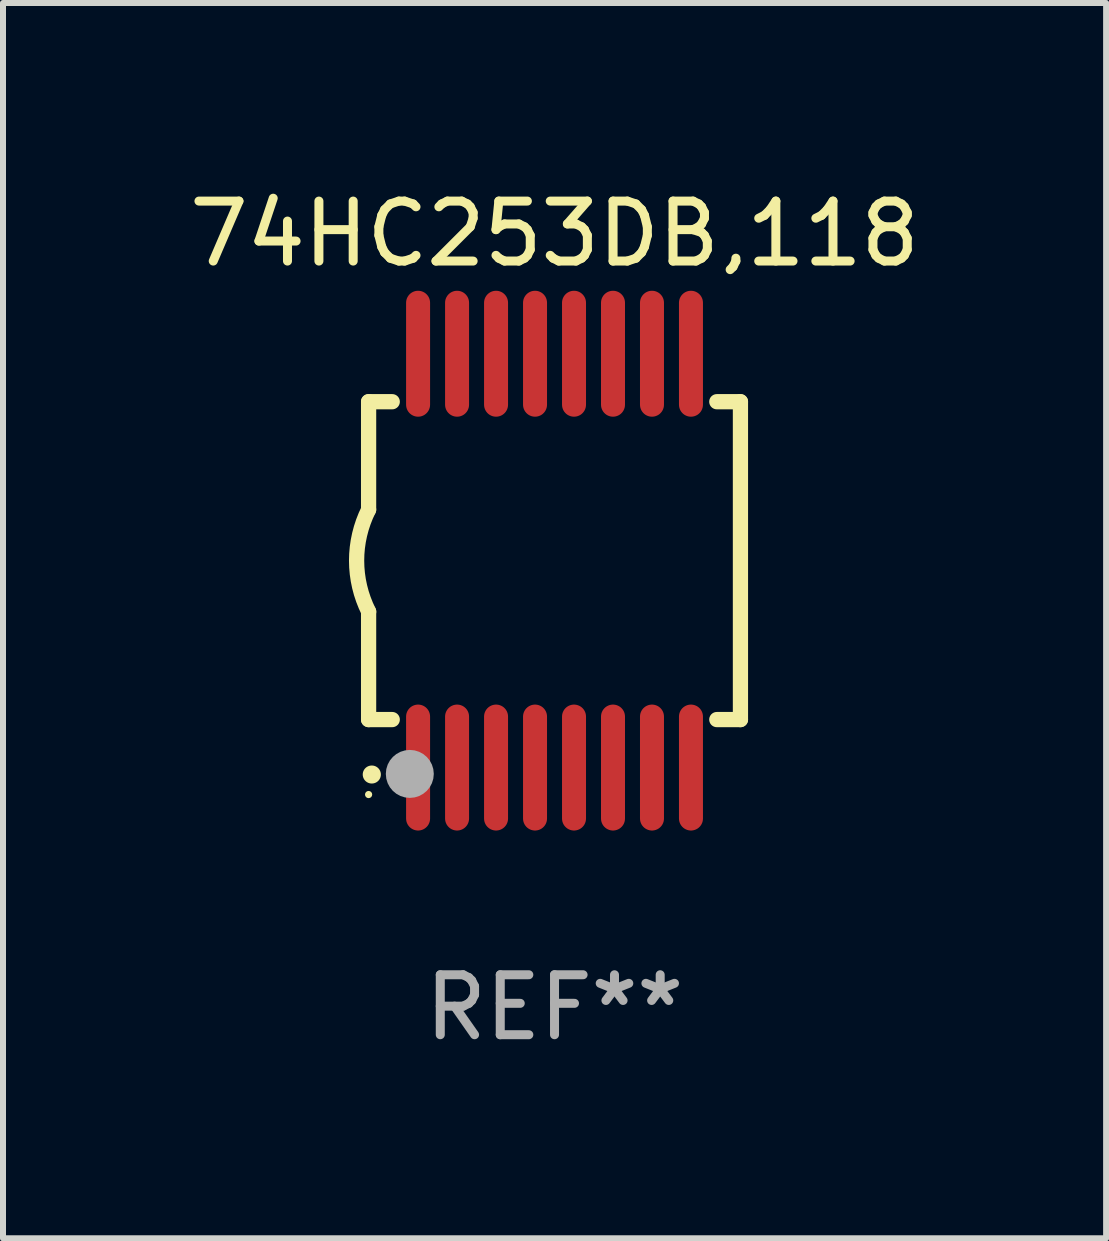
<source format=kicad_pcb>
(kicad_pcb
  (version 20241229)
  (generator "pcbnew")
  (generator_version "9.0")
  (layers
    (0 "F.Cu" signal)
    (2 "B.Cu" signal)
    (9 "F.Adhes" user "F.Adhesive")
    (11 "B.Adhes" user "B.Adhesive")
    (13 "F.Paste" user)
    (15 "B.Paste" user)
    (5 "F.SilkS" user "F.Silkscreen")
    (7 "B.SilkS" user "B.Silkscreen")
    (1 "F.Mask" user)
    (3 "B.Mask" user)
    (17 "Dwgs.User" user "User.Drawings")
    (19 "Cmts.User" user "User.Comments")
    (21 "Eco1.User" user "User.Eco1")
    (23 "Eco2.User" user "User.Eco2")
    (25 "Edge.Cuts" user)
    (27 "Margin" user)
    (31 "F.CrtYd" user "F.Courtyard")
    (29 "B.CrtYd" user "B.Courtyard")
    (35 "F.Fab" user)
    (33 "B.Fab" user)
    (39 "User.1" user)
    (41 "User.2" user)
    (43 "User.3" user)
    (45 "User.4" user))
  (footprint "74HC253DB,118"
    (layer "F.Cu")
    (at 6.196 6.298)
    (property "Reference" "74HC253DB,118" (at 0 -5.45 0) (layer "F.SilkS") (effects (font (size 1 1) (thickness 0.15))))
    (attr through_hole)
    (fp_line (start -3.1 -2.65) (end -3.1 -0.85) (stroke (width 0.254) (type solid)) (layer "F.SilkS"))
    (fp_line (start -3.1 -2.65) (end -2.706 -2.65) (stroke (width 0.254) (type solid)) (layer "F.SilkS"))
    (fp_line (start -3.1 2.65) (end -3.1 0.85) (stroke (width 0.254) (type solid)) (layer "F.SilkS"))
    (fp_line (start -3.1 2.65) (end -2.706 2.65) (stroke (width 0.254) (type solid)) (layer "F.SilkS"))
    (fp_line (start 2.706 -2.65) (end 3.1 -2.65) (stroke (width 0.254) (type solid)) (layer "F.SilkS"))
    (fp_line (start 2.706 2.65) (end 3.1 2.65) (stroke (width 0.254) (type solid)) (layer "F.SilkS"))
    (fp_line (start 3.1 -2.65) (end 3.1 2.65) (stroke (width 0.254) (type solid)) (layer "F.SilkS"))
    (fp_arc (start -3.098907 0.850902) (mid -3.300057 0.000523) (end -3.1 -0.850114) (stroke (width 0.254001) (type solid)) (layer "F.SilkS"))
    (fp_arc (start -3.048006 3.566066) (mid -3.046736 3.566061) (end -3.045466 3.566066) (stroke (width 0.3) (type solid)) (layer "F.SilkS"))
    (fp_circle (center -3.1 3.9) (end -3.07 3.9) (stroke (width 0.06) (type solid)) (fill no) (layer "F.SilkS"))
    (fp_circle (center -2.413 3.556) (end -2.213 3.556) (stroke (width 0.4) (type solid)) (fill no) (layer "F.Fab"))
    (fp_text user "REF**" (at 0 7.45 0) (layer "F.Fab") (effects (font (size 1 1) (thickness 0.15))))
    (pad "1" smd oval (at -2.275 3.45 180) (size 0.4 2.1) (layers "F.Cu" "F.Mask" "F.Paste"))
    (pad "2" smd oval (at -1.625 3.45 180) (size 0.4 2.1) (layers "F.Cu" "F.Mask" "F.Paste"))
    (pad "3" smd oval (at -0.975 3.45 180) (size 0.4 2.1) (layers "F.Cu" "F.Mask" "F.Paste"))
    (pad "4" smd oval (at -0.325 3.45 180) (size 0.4 2.1) (layers "F.Cu" "F.Mask" "F.Paste"))
    (pad "5" smd oval (at 0.325 3.45 180) (size 0.4 2.1) (layers "F.Cu" "F.Mask" "F.Paste"))
    (pad "6" smd oval (at 0.975 3.45 180) (size 0.4 2.1) (layers "F.Cu" "F.Mask" "F.Paste"))
    (pad "7" smd oval (at 1.625 3.45 180) (size 0.4 2.1) (layers "F.Cu" "F.Mask" "F.Paste"))
    (pad "8" smd oval (at 2.275 3.45 180) (size 0.4 2.1) (layers "F.Cu" "F.Mask" "F.Paste"))
    (pad "9" smd oval (at 2.275 -3.45 180) (size 0.4 2.1) (layers "F.Cu" "F.Mask" "F.Paste"))
    (pad "10" smd oval (at 1.625 -3.45 180) (size 0.4 2.1) (layers "F.Cu" "F.Mask" "F.Paste"))
    (pad "11" smd oval (at 0.975 -3.45 180) (size 0.4 2.1) (layers "F.Cu" "F.Mask" "F.Paste"))
    (pad "12" smd oval (at 0.325 -3.45 180) (size 0.4 2.1) (layers "F.Cu" "F.Mask" "F.Paste"))
    (pad "13" smd oval (at -0.325 -3.45 180) (size 0.4 2.1) (layers "F.Cu" "F.Mask" "F.Paste"))
    (pad "14" smd oval (at -0.975 -3.45 180) (size 0.4 2.1) (layers "F.Cu" "F.Mask" "F.Paste"))
    (pad "15" smd oval (at -1.625 -3.45 180) (size 0.4 2.1) (layers "F.Cu" "F.Mask" "F.Paste"))
    (pad "16" smd oval (at -2.275 -3.45 180) (size 0.4 2.1) (layers "F.Cu" "F.Mask" "F.Paste")))
  (gr_rect
    (start -3 -3)
    (end 15.393 17.597)
    (stroke (width 0.1) (type default))
    (fill no)
    (layer "Edge.Cuts")))
</source>
